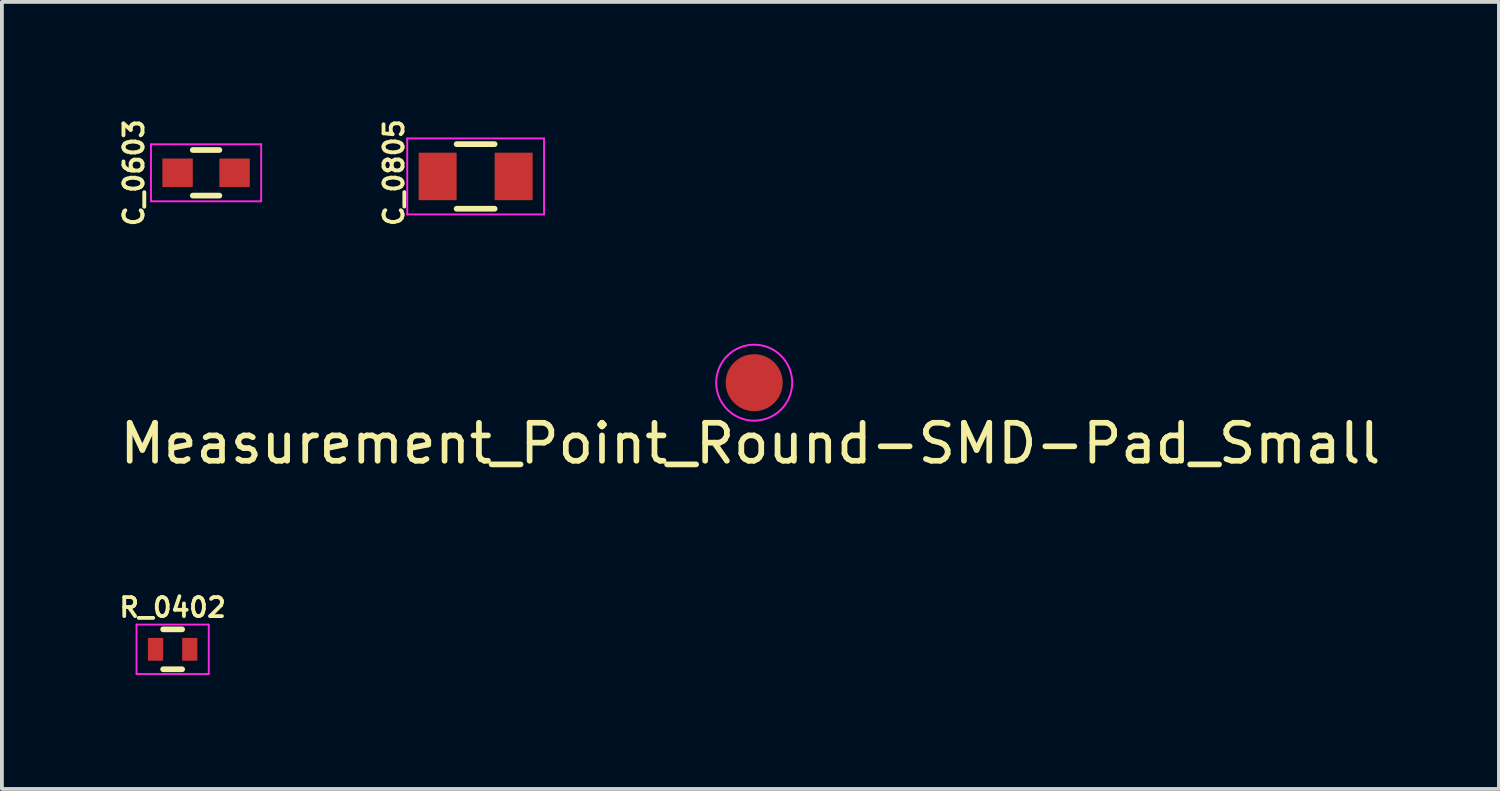
<source format=kicad_pcb>
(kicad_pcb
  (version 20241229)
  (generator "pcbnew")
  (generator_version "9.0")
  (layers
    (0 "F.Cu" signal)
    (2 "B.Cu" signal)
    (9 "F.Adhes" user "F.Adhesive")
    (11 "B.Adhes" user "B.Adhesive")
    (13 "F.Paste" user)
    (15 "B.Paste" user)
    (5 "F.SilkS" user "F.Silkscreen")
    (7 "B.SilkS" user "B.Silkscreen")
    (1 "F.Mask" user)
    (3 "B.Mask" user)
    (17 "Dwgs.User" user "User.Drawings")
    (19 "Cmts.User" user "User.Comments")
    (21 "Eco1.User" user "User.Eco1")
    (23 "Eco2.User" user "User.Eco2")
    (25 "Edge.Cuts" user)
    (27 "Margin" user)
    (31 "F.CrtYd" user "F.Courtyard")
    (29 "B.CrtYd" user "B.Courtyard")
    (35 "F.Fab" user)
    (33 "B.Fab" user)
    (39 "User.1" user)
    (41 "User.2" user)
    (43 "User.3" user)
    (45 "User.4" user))
  (footprint "R_0402"
    (layer "F.Cu")
    (at 1.493 14.036)
    (property "Reference" "R_0402" (at 0 -1.1 0) (layer "F.SilkS") (effects (font (size 0.5 0.5) (thickness 0.1))))
    (attr smd)
    (fp_line (start -0.25 0.525) (end 0.25 0.525) (stroke (width 0.15) (type solid)) (layer "F.SilkS"))
    (fp_line (start 0.25 -0.525) (end -0.25 -0.525) (stroke (width 0.15) (type solid)) (layer "F.SilkS"))
    (fp_line (start -0.95 -0.65) (end -0.95 0.65) (stroke (width 0.05) (type solid)) (layer "F.CrtYd"))
    (fp_line (start -0.95 -0.65) (end 0.95 -0.65) (stroke (width 0.05) (type solid)) (layer "F.CrtYd"))
    (fp_line (start -0.95 0.65) (end 0.95 0.65) (stroke (width 0.05) (type solid)) (layer "F.CrtYd"))
    (fp_line (start 0.95 -0.65) (end 0.95 0.65) (stroke (width 0.05) (type solid)) (layer "F.CrtYd"))
    (pad "1" smd rect (at -0.45 0) (size 0.4 0.6) (layers "F.Cu" "F.Mask" "F.Paste"))
    (pad "2" smd rect (at 0.45 0) (size 0.4 0.6) (layers "F.Cu" "F.Mask" "F.Paste")))
  (footprint "C_0805"
    (layer "F.Cu")
    (at 9.466 1.593)
    (property "Reference" "C_0805" (at -2.15 -0.1 90) (layer "F.SilkS") (effects (font (size 0.5 0.5) (thickness 0.1))))
    (attr smd)
    (fp_line (start -0.5 0.85) (end 0.5 0.85) (stroke (width 0.15) (type solid)) (layer "F.SilkS"))
    (fp_line (start 0.5 -0.85) (end -0.5 -0.85) (stroke (width 0.15) (type solid)) (layer "F.SilkS"))
    (fp_line (start -1.8 -1) (end -1.8 1) (stroke (width 0.05) (type solid)) (layer "F.CrtYd"))
    (fp_line (start -1.8 -1) (end 1.8 -1) (stroke (width 0.05) (type solid)) (layer "F.CrtYd"))
    (fp_line (start -1.8 1) (end 1.8 1) (stroke (width 0.05) (type solid)) (layer "F.CrtYd"))
    (fp_line (start 1.8 -1) (end 1.8 1) (stroke (width 0.05) (type solid)) (layer "F.CrtYd"))
    (pad "1" smd rect (at -1 0) (size 1 1.25) (layers "F.Cu" "F.Mask" "F.Paste"))
    (pad "2" smd rect (at 1 0) (size 1 1.25) (layers "F.Cu" "F.Mask" "F.Paste")))
  (footprint "Measurement_Point_Round-SMD-Pad_Small"
    (layer "F.Cu")
    (at 16.796 7.02)
    (property "Reference" "Measurement_Point_Round-SMD-Pad_Small" (at -0.1 1.6 0) (layer "F.SilkS") (effects (font (size 1 1) (thickness 0.15))))
    (attr exclude_from_pos_files exclude_from_bom)
    (fp_circle (center 0 0) (end 1 0) (stroke (width 0.05) (type solid)) (fill no) (layer "F.CrtYd"))
    (pad "1" smd circle (at 0 0) (size 1.5 1.5) (layers "F.Cu" "F.Mask")))
  (footprint "C_0603"
    (layer "F.Cu")
    (at 2.373 1.497)
    (property "Reference" "C_0603" (at -1.9 0 90) (layer "F.SilkS") (effects (font (size 0.5 0.5) (thickness 0.103))))
    (attr smd)
    (fp_line (start -0.35 -0.6) (end 0.35 -0.6) (stroke (width 0.15) (type solid)) (layer "F.SilkS"))
    (fp_line (start 0.35 0.6) (end -0.35 0.6) (stroke (width 0.15) (type solid)) (layer "F.SilkS"))
    (fp_line (start -1.45 -0.75) (end -1.45 0.75) (stroke (width 0.05) (type solid)) (layer "F.CrtYd"))
    (fp_line (start -1.45 -0.75) (end 1.45 -0.75) (stroke (width 0.05) (type solid)) (layer "F.CrtYd"))
    (fp_line (start -1.45 0.75) (end 1.45 0.75) (stroke (width 0.05) (type solid)) (layer "F.CrtYd"))
    (fp_line (start 1.45 -0.75) (end 1.45 0.75) (stroke (width 0.05) (type solid)) (layer "F.CrtYd"))
    (pad "1" smd rect (at -0.75 0) (size 0.8 0.75) (layers "F.Cu" "F.Mask" "F.Paste"))
    (pad "2" smd rect (at 0.75 0) (size 0.8 0.75) (layers "F.Cu" "F.Mask" "F.Paste")))
  (gr_rect
    (start -3 -3)
    (end 36.393 17.711)
    (stroke (width 0.1) (type default))
    (fill no)
    (layer "Edge.Cuts")))
</source>
